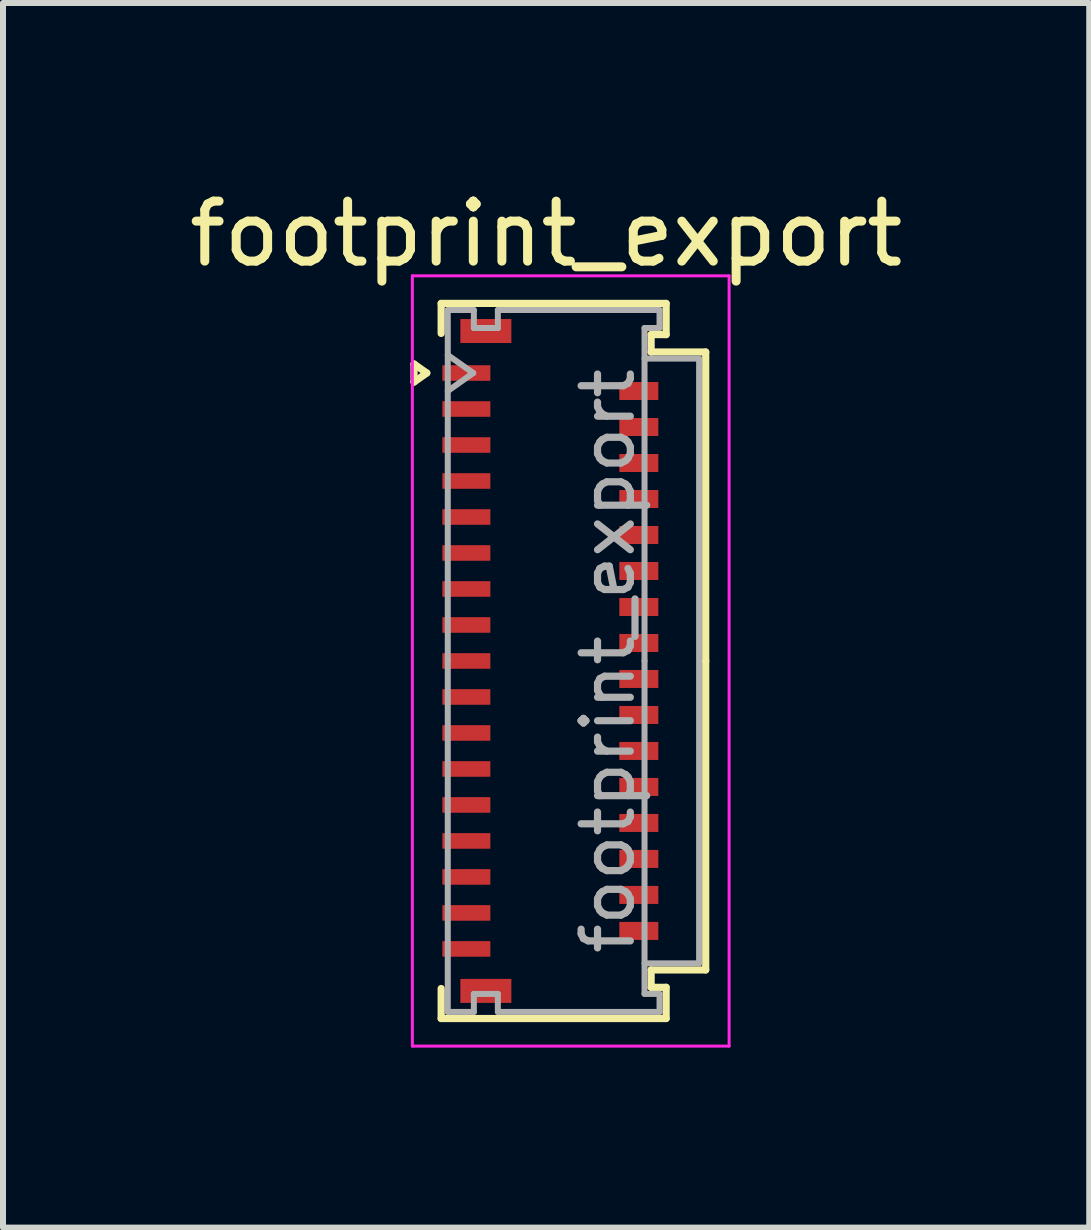
<source format=kicad_pcb>
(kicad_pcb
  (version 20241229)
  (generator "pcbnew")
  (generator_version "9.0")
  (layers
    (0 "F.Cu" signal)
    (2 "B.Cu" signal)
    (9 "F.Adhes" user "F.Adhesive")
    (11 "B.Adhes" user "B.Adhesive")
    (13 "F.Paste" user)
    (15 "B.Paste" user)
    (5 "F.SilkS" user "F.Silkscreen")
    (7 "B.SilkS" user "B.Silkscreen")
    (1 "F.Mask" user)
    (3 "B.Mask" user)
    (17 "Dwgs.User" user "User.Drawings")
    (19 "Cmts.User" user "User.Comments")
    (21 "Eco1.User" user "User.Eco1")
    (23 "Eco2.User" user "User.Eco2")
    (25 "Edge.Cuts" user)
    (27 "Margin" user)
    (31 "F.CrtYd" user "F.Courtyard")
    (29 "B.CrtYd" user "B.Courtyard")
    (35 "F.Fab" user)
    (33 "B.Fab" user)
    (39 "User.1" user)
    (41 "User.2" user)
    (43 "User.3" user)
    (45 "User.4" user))
  (footprint "footprint_export"
    (layer "F.Cu")
    (at 6.124 7.968)
    (property "Reference" "footprint_export" (at -0.07 -7.12 0) (layer "F.SilkS") (effects (font (size 1 1) (thickness 0.15))))
    (attr smd)
    (fp_line (start -2.272 -4.95) (end -2.06 -4.8) (stroke (width 0.12) (type solid)) (layer "F.SilkS"))
    (fp_line (start -2.272 -4.65) (end -2.272 -4.95) (stroke (width 0.12) (type solid)) (layer "F.SilkS"))
    (fp_line (start -2.06 -4.8) (end -2.272 -4.65) (stroke (width 0.12) (type solid)) (layer "F.SilkS"))
    (fp_line (start -1.82 -5.96) (end 1.93 -5.96) (stroke (width 0.12) (type solid)) (layer "F.SilkS"))
    (fp_line (start -1.82 -5.46) (end -1.82 -5.96) (stroke (width 0.12) (type solid)) (layer "F.SilkS"))
    (fp_line (start -1.82 5.46) (end -1.82 5.96) (stroke (width 0.12) (type solid)) (layer "F.SilkS"))
    (fp_line (start -1.82 5.96) (end 1.93 5.96) (stroke (width 0.12) (type solid)) (layer "F.SilkS"))
    (fp_line (start 1.68 -5.44) (end 1.68 -5.15) (stroke (width 0.12) (type solid)) (layer "F.SilkS"))
    (fp_line (start 1.68 -5.15) (end 2.59 -5.15) (stroke (width 0.12) (type solid)) (layer "F.SilkS"))
    (fp_line (start 1.68 5.15) (end 2.59 5.15) (stroke (width 0.12) (type solid)) (layer "F.SilkS"))
    (fp_line (start 1.68 5.44) (end 1.68 5.15) (stroke (width 0.12) (type solid)) (layer "F.SilkS"))
    (fp_line (start 1.93 -5.96) (end 1.93 -5.44) (stroke (width 0.12) (type solid)) (layer "F.SilkS"))
    (fp_line (start 1.93 -5.44) (end 1.68 -5.44) (stroke (width 0.12) (type solid)) (layer "F.SilkS"))
    (fp_line (start 1.93 5.44) (end 1.68 5.44) (stroke (width 0.12) (type solid)) (layer "F.SilkS"))
    (fp_line (start 1.93 5.96) (end 1.93 5.44) (stroke (width 0.12) (type solid)) (layer "F.SilkS"))
    (fp_line (start 2.59 -5.15) (end 2.59 0) (stroke (width 0.12) (type solid)) (layer "F.SilkS"))
    (fp_line (start 2.59 5.15) (end 2.59 0) (stroke (width 0.12) (type solid)) (layer "F.SilkS"))
    (fp_line (start -2.3 -6.42) (end -2.3 6.42) (stroke (width 0.05) (type solid)) (layer "F.CrtYd"))
    (fp_line (start -2.3 6.42) (end 2.98 6.42) (stroke (width 0.05) (type solid)) (layer "F.CrtYd"))
    (fp_line (start 2.98 -6.42) (end -2.3 -6.42) (stroke (width 0.05) (type solid)) (layer "F.CrtYd"))
    (fp_line (start 2.98 6.42) (end 2.98 -6.42) (stroke (width 0.05) (type solid)) (layer "F.CrtYd"))
    (fp_line (start -1.71 -5.85) (end -1.275 -5.85) (stroke (width 0.1) (type solid)) (layer "F.Fab"))
    (fp_line (start -1.71 -5.1) (end -1.286 -4.8) (stroke (width 0.1) (type solid)) (layer "F.Fab"))
    (fp_line (start -1.71 0) (end -1.71 -5.85) (stroke (width 0.1) (type solid)) (layer "F.Fab"))
    (fp_line (start -1.71 0) (end -1.71 5.85) (stroke (width 0.1) (type solid)) (layer "F.Fab"))
    (fp_line (start -1.71 5.85) (end -1.275 5.85) (stroke (width 0.1) (type solid)) (layer "F.Fab"))
    (fp_line (start -1.286 -4.8) (end -1.71 -4.5) (stroke (width 0.1) (type solid)) (layer "F.Fab"))
    (fp_line (start -1.275 -5.85) (end -1.275 -5.55) (stroke (width 0.1) (type solid)) (layer "F.Fab"))
    (fp_line (start -1.275 -5.55) (end -0.875 -5.55) (stroke (width 0.1) (type solid)) (layer "F.Fab"))
    (fp_line (start -1.275 5.55) (end -0.875 5.55) (stroke (width 0.1) (type solid)) (layer "F.Fab"))
    (fp_line (start -1.275 5.85) (end -1.275 5.55) (stroke (width 0.1) (type solid)) (layer "F.Fab"))
    (fp_line (start -0.875 -5.85) (end 1.82 -5.85) (stroke (width 0.1) (type solid)) (layer "F.Fab"))
    (fp_line (start -0.875 -5.55) (end -0.875 -5.85) (stroke (width 0.1) (type solid)) (layer "F.Fab"))
    (fp_line (start -0.875 5.55) (end -0.875 5.85) (stroke (width 0.1) (type solid)) (layer "F.Fab"))
    (fp_line (start -0.875 5.85) (end 1.82 5.85) (stroke (width 0.1) (type solid)) (layer "F.Fab"))
    (fp_line (start 1.57 -5.55) (end 1.57 0) (stroke (width 0.1) (type solid)) (layer "F.Fab"))
    (fp_line (start 1.57 -5.04) (end 2.48 -5.04) (stroke (width 0.1) (type solid)) (layer "F.Fab"))
    (fp_line (start 1.57 5.55) (end 1.57 0) (stroke (width 0.1) (type solid)) (layer "F.Fab"))
    (fp_line (start 1.82 -5.85) (end 1.82 -5.55) (stroke (width 0.1) (type solid)) (layer "F.Fab"))
    (fp_line (start 1.82 -5.55) (end 1.57 -5.55) (stroke (width 0.1) (type solid)) (layer "F.Fab"))
    (fp_line (start 1.82 5.55) (end 1.57 5.55) (stroke (width 0.1) (type solid)) (layer "F.Fab"))
    (fp_line (start 1.82 5.85) (end 1.82 5.55) (stroke (width 0.1) (type solid)) (layer "F.Fab"))
    (fp_line (start 2.48 -5.04) (end 2.48 5.04) (stroke (width 0.1) (type solid)) (layer "F.Fab"))
    (fp_line (start 2.48 5.04) (end 1.57 5.04) (stroke (width 0.1) (type solid)) (layer "F.Fab"))
    (fp_text user "${REFERENCE}" (at 0.96 0 90) (layer "F.Fab") (effects (font (size 0.82 0.82) (thickness 0.12))))
    (pad "1" smd rect (at -1.4 -4.8) (size 0.8 0.26) (layers "F.Cu" "F.Mask" "F.Paste"))
    (pad "2" smd rect (at 1.475 -4.5) (size 0.65 0.3) (layers "F.Cu" "F.Mask" "F.Paste"))
    (pad "3" smd rect (at -1.4 -4.2) (size 0.8 0.26) (layers "F.Cu" "F.Mask" "F.Paste"))
    (pad "4" smd rect (at 1.475 -3.9) (size 0.65 0.3) (layers "F.Cu" "F.Mask" "F.Paste"))
    (pad "5" smd rect (at -1.4 -3.6) (size 0.8 0.26) (layers "F.Cu" "F.Mask" "F.Paste"))
    (pad "6" smd rect (at 1.475 -3.3) (size 0.65 0.3) (layers "F.Cu" "F.Mask" "F.Paste"))
    (pad "7" smd rect (at -1.4 -3) (size 0.8 0.26) (layers "F.Cu" "F.Mask" "F.Paste"))
    (pad "8" smd rect (at 1.475 -2.7) (size 0.65 0.3) (layers "F.Cu" "F.Mask" "F.Paste"))
    (pad "9" smd rect (at -1.4 -2.4) (size 0.8 0.26) (layers "F.Cu" "F.Mask" "F.Paste"))
    (pad "10" smd rect (at 1.475 -2.1) (size 0.65 0.3) (layers "F.Cu" "F.Mask" "F.Paste"))
    (pad "11" smd rect (at -1.4 -1.8) (size 0.8 0.26) (layers "F.Cu" "F.Mask" "F.Paste"))
    (pad "12" smd rect (at 1.475 -1.5) (size 0.65 0.3) (layers "F.Cu" "F.Mask" "F.Paste"))
    (pad "13" smd rect (at -1.4 -1.2) (size 0.8 0.26) (layers "F.Cu" "F.Mask" "F.Paste"))
    (pad "14" smd rect (at 1.475 -0.9) (size 0.65 0.3) (layers "F.Cu" "F.Mask" "F.Paste"))
    (pad "15" smd rect (at -1.4 -0.6) (size 0.8 0.26) (layers "F.Cu" "F.Mask" "F.Paste"))
    (pad "16" smd rect (at 1.475 -0.3) (size 0.65 0.3) (layers "F.Cu" "F.Mask" "F.Paste"))
    (pad "17" smd rect (at -1.4 0) (size 0.8 0.26) (layers "F.Cu" "F.Mask" "F.Paste"))
    (pad "18" smd rect (at 1.475 0.3) (size 0.65 0.3) (layers "F.Cu" "F.Mask" "F.Paste"))
    (pad "19" smd rect (at -1.4 0.6) (size 0.8 0.26) (layers "F.Cu" "F.Mask" "F.Paste"))
    (pad "20" smd rect (at 1.475 0.9) (size 0.65 0.3) (layers "F.Cu" "F.Mask" "F.Paste"))
    (pad "21" smd rect (at -1.4 1.2) (size 0.8 0.26) (layers "F.Cu" "F.Mask" "F.Paste"))
    (pad "22" smd rect (at 1.475 1.5) (size 0.65 0.3) (layers "F.Cu" "F.Mask" "F.Paste"))
    (pad "23" smd rect (at -1.4 1.8) (size 0.8 0.26) (layers "F.Cu" "F.Mask" "F.Paste"))
    (pad "24" smd rect (at 1.475 2.1) (size 0.65 0.3) (layers "F.Cu" "F.Mask" "F.Paste"))
    (pad "25" smd rect (at -1.4 2.4) (size 0.8 0.26) (layers "F.Cu" "F.Mask" "F.Paste"))
    (pad "26" smd rect (at 1.475 2.7) (size 0.65 0.3) (layers "F.Cu" "F.Mask" "F.Paste"))
    (pad "27" smd rect (at -1.4 3) (size 0.8 0.26) (layers "F.Cu" "F.Mask" "F.Paste"))
    (pad "28" smd rect (at 1.475 3.3) (size 0.65 0.3) (layers "F.Cu" "F.Mask" "F.Paste"))
    (pad "29" smd rect (at -1.4 3.6) (size 0.8 0.26) (layers "F.Cu" "F.Mask" "F.Paste"))
    (pad "30" smd rect (at 1.475 3.9) (size 0.65 0.3) (layers "F.Cu" "F.Mask" "F.Paste"))
    (pad "31" smd rect (at -1.4 4.2) (size 0.8 0.26) (layers "F.Cu" "F.Mask" "F.Paste"))
    (pad "32" smd rect (at 1.475 4.5) (size 0.65 0.3) (layers "F.Cu" "F.Mask" "F.Paste"))
    (pad "33" smd rect (at -1.4 4.8) (size 0.8 0.26) (layers "F.Cu" "F.Mask" "F.Paste"))
    (pad "MP" smd rect (at -1.075 -5.5) (size 0.85 0.4) (layers "F.Cu" "F.Mask" "F.Paste"))
    (pad "MP" smd rect (at -1.075 5.5) (size 0.85 0.4) (layers "F.Cu" "F.Mask" "F.Paste")))
  (gr_rect
    (start -3 -3)
    (end 15.107 17.413)
    (stroke (width 0.1) (type default))
    (fill no)
    (layer "Edge.Cuts")))
</source>
